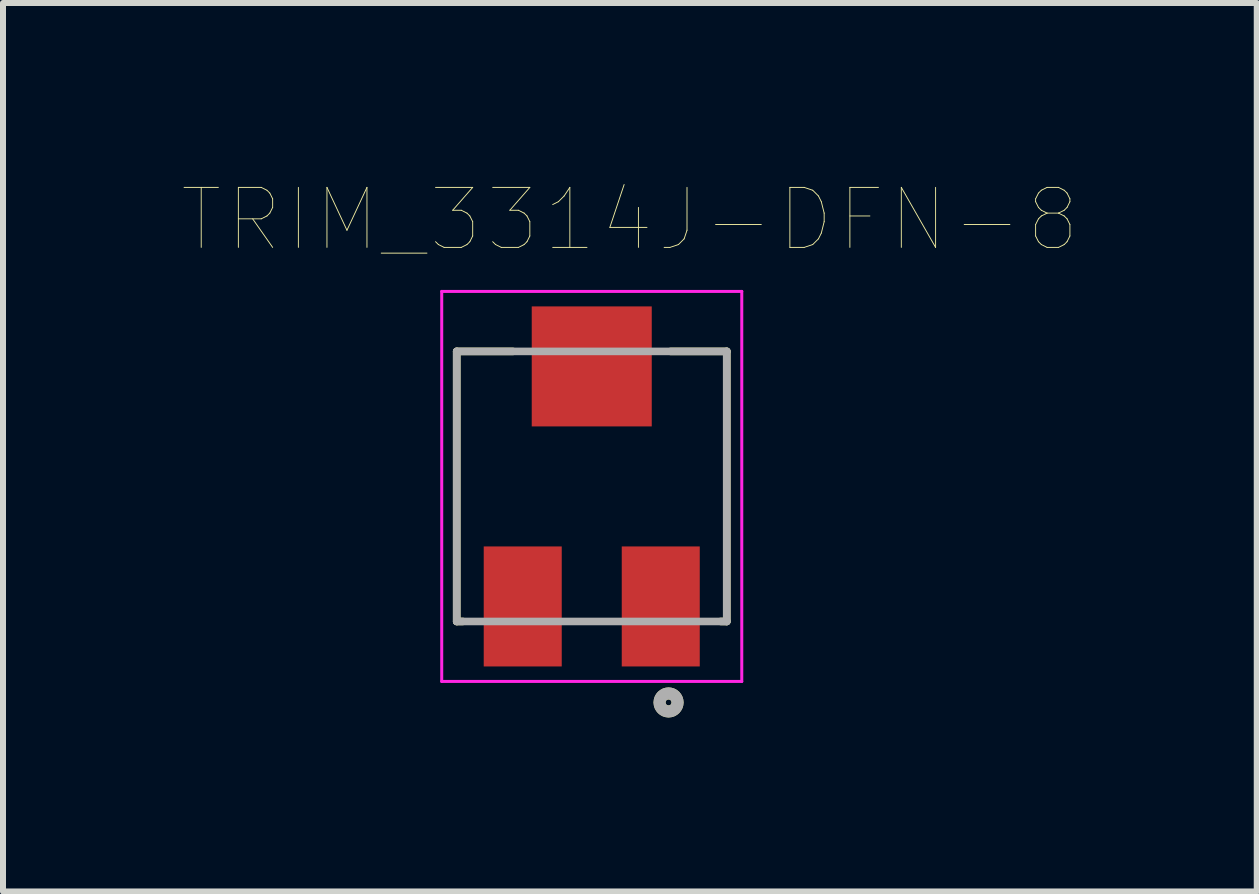
<source format=kicad_pcb>
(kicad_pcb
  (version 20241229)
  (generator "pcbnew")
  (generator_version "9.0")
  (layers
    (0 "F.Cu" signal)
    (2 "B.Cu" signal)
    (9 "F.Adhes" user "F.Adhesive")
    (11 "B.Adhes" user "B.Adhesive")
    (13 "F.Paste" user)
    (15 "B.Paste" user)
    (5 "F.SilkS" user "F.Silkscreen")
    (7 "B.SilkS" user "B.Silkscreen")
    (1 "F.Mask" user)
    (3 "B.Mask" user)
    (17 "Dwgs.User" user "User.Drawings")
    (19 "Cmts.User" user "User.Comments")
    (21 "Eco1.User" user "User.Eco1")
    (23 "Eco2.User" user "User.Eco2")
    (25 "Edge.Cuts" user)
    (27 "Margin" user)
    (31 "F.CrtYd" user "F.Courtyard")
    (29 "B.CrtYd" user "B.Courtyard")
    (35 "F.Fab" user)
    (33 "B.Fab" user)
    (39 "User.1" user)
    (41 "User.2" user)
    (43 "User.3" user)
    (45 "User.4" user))
  (footprint "TRIM_3314J-DFN-8"
    (layer "F.Cu")
    (at 6.811 5.056)
    (property "Reference" "TRIM_3314J-DFN-8" (at 0.635 -4.445 0) (layer "F.SilkS") (effects (font (size 1 1) (thickness 0.015))))
    (attr through_hole)
    (fp_line (start -2.25 -2.25) (end -2.25 2.25) (stroke (width 0.127) (type solid)) (layer "F.SilkS"))
    (fp_line (start -2.25 2.25) (end -2.15 2.25) (stroke (width 0.127) (type solid)) (layer "F.SilkS"))
    (fp_line (start -1.315 -2.25) (end -2.25 -2.25) (stroke (width 0.127) (type solid)) (layer "F.SilkS"))
    (fp_line (start 2.15 2.25) (end 2.25 2.25) (stroke (width 0.127) (type solid)) (layer "F.SilkS"))
    (fp_line (start 2.25 -2.25) (end 1.315 -2.25) (stroke (width 0.127) (type solid)) (layer "F.SilkS"))
    (fp_line (start 2.25 2.25) (end 2.25 -2.25) (stroke (width 0.127) (type solid)) (layer "F.SilkS"))
    (fp_circle (center 1.28 3.6) (end 1.33 3.6) (stroke (width 0.2) (type solid)) (fill no) (layer "F.SilkS"))
    (fp_line (start -2.5 -3.25) (end 2.5 -3.25) (stroke (width 0.05) (type solid)) (layer "F.CrtYd"))
    (fp_line (start -2.5 3.25) (end -2.5 -3.25) (stroke (width 0.05) (type solid)) (layer "F.CrtYd"))
    (fp_line (start 2.5 -3.25) (end 2.5 3.25) (stroke (width 0.05) (type solid)) (layer "F.CrtYd"))
    (fp_line (start 2.5 3.25) (end -2.5 3.25) (stroke (width 0.05) (type solid)) (layer "F.CrtYd"))
    (fp_line (start -2.25 -2.25) (end 2.25 -2.25) (stroke (width 0.127) (type solid)) (layer "F.Fab"))
    (fp_line (start -2.25 2.25) (end -2.25 -2.25) (stroke (width 0.127) (type solid)) (layer "F.Fab"))
    (fp_line (start 2.25 -2.25) (end 2.25 2.25) (stroke (width 0.127) (type solid)) (layer "F.Fab"))
    (fp_line (start 2.25 2.25) (end -2.25 2.25) (stroke (width 0.127) (type solid)) (layer "F.Fab"))
    (fp_circle (center 1.28 3.6) (end 1.33 3.6) (stroke (width 0.2) (type solid)) (fill no) (layer "F.Fab"))
    (pad "1" smd rect (at 1.15 2) (size 1.3 2) (layers "F.Cu" "F.Mask" "F.Paste"))
    (pad "2" smd rect (at 0 -2) (size 2 2) (layers "F.Cu" "F.Mask" "F.Paste"))
    (pad "3" smd rect (at -1.15 2) (size 1.3 2) (layers "F.Cu" "F.Mask" "F.Paste")))
  (gr_rect
    (start -3 -3)
    (end 17.893 11.806)
    (stroke (width 0.1) (type default))
    (fill no)
    (layer "Edge.Cuts")))
</source>
